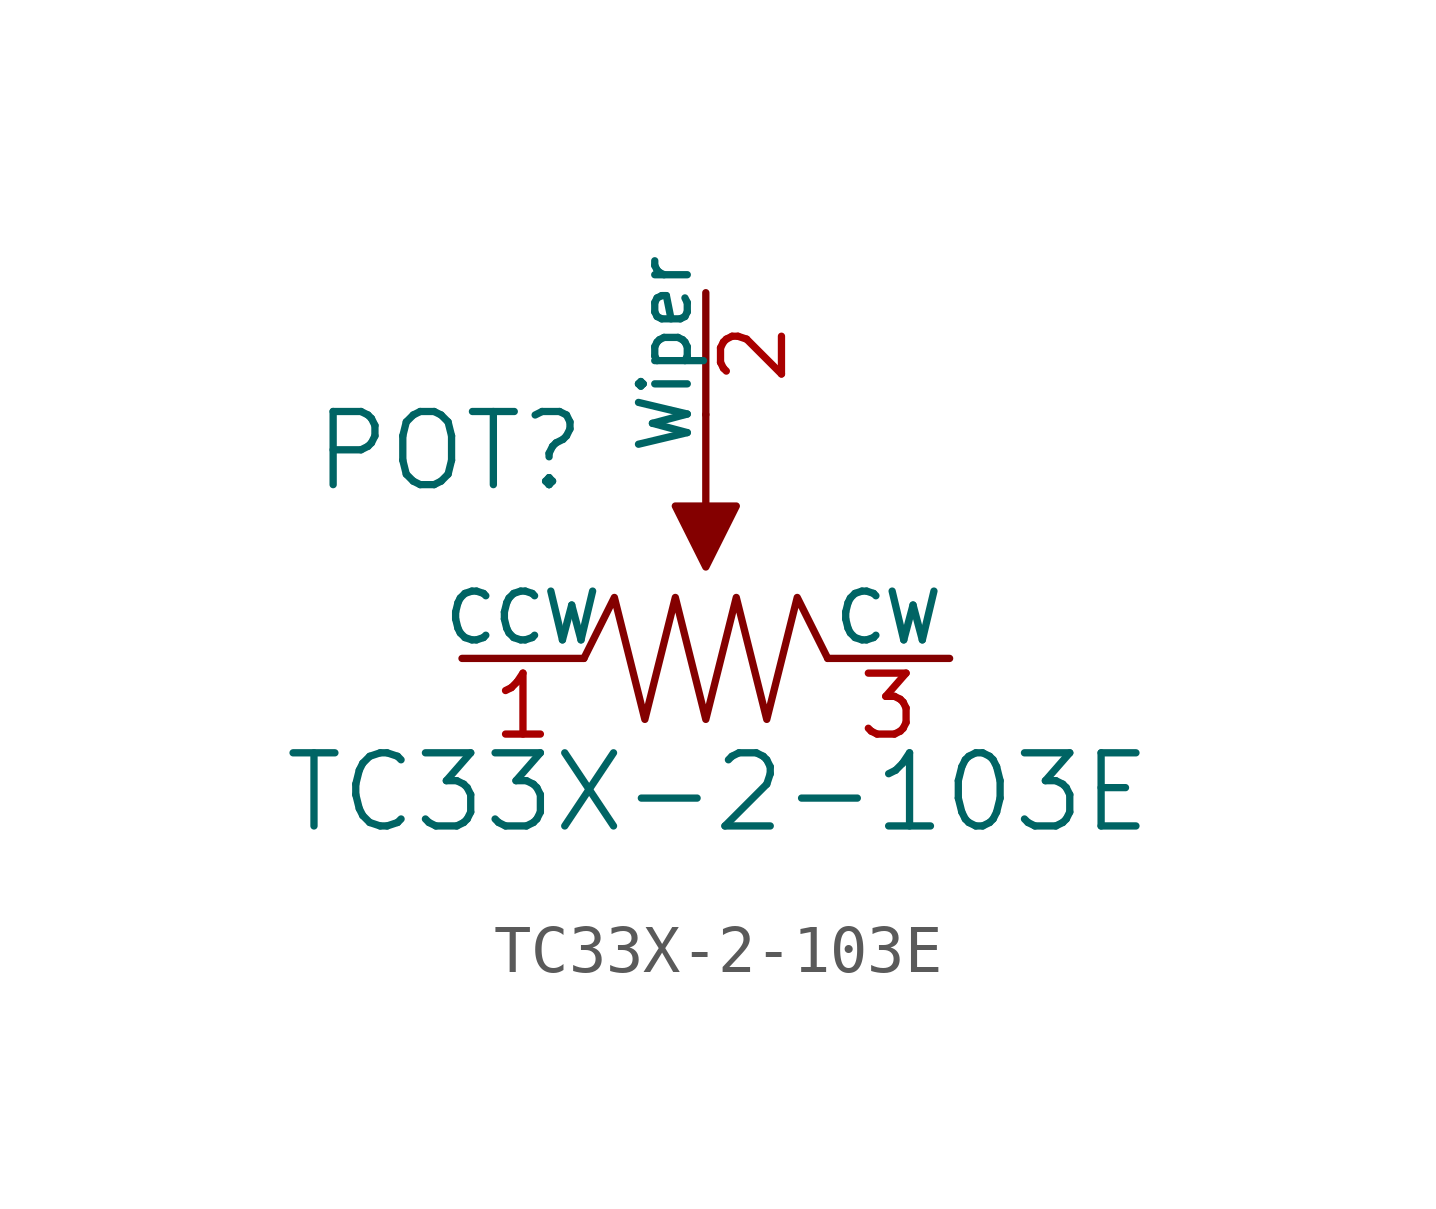
<source format=kicad_sym>
(kicad_symbol_lib
  (version 20220914)
  (generator kicad_symbol_editor)
  (symbol "TC33X-2-103E"
    (pin_names
      (offset 0))
    (property "Reference" "POT"
      (at -5.334 4.318 0)
      (effects (font (size 1.524 1.524))))
    (property "Value" "TC33X-2-103E"
      (at 0.254 -2.794 0)
      (effects (font (size 1.524 1.524))))
    (symbol "TC33X-2-103E_0_1"
      (polyline (pts (xy 0 5.08) (xy 0 3.175)) (stroke (width 0) (type default)) (fill (type none)))
      (polyline (pts (xy -0.635 3.175) (xy 0.635 3.175) (xy 0 1.905) (xy -0.635 3.175)) (stroke (width 0) (type default)) (fill (type outline)))
      (polyline (pts (xy -2.54 0) (xy -1.905 1.27) (xy -1.27 -1.27) (xy -0.635 1.27) (xy 0 -1.27) (xy 0.635 1.27) (xy 1.27 -1.27) (xy 1.905 1.27) (xy 2.54 0)) (stroke (width 0) (type default)) (fill (type none))))
    (symbol "TC33X-2-103E_1_1"
      (pin passive line (at -5.08 0 0) (length 2.54) (name "CCW" (effects (font (size 1.016 1.016)))) (number "1" (effects (font (size 1.27 1.27)))))
      (pin passive line (at 0 7.62 270) (length 2.54) (name "Wiper" (effects (font (size 1.016 1.016)))) (number "2" (effects (font (size 1.27 1.27)))))
      (pin passive line (at 5.08 0 180) (length 2.54) (name "CW" (effects (font (size 1.016 1.016)))) (number "3" (effects (font (size 1.27 1.27))))))))
</source>
